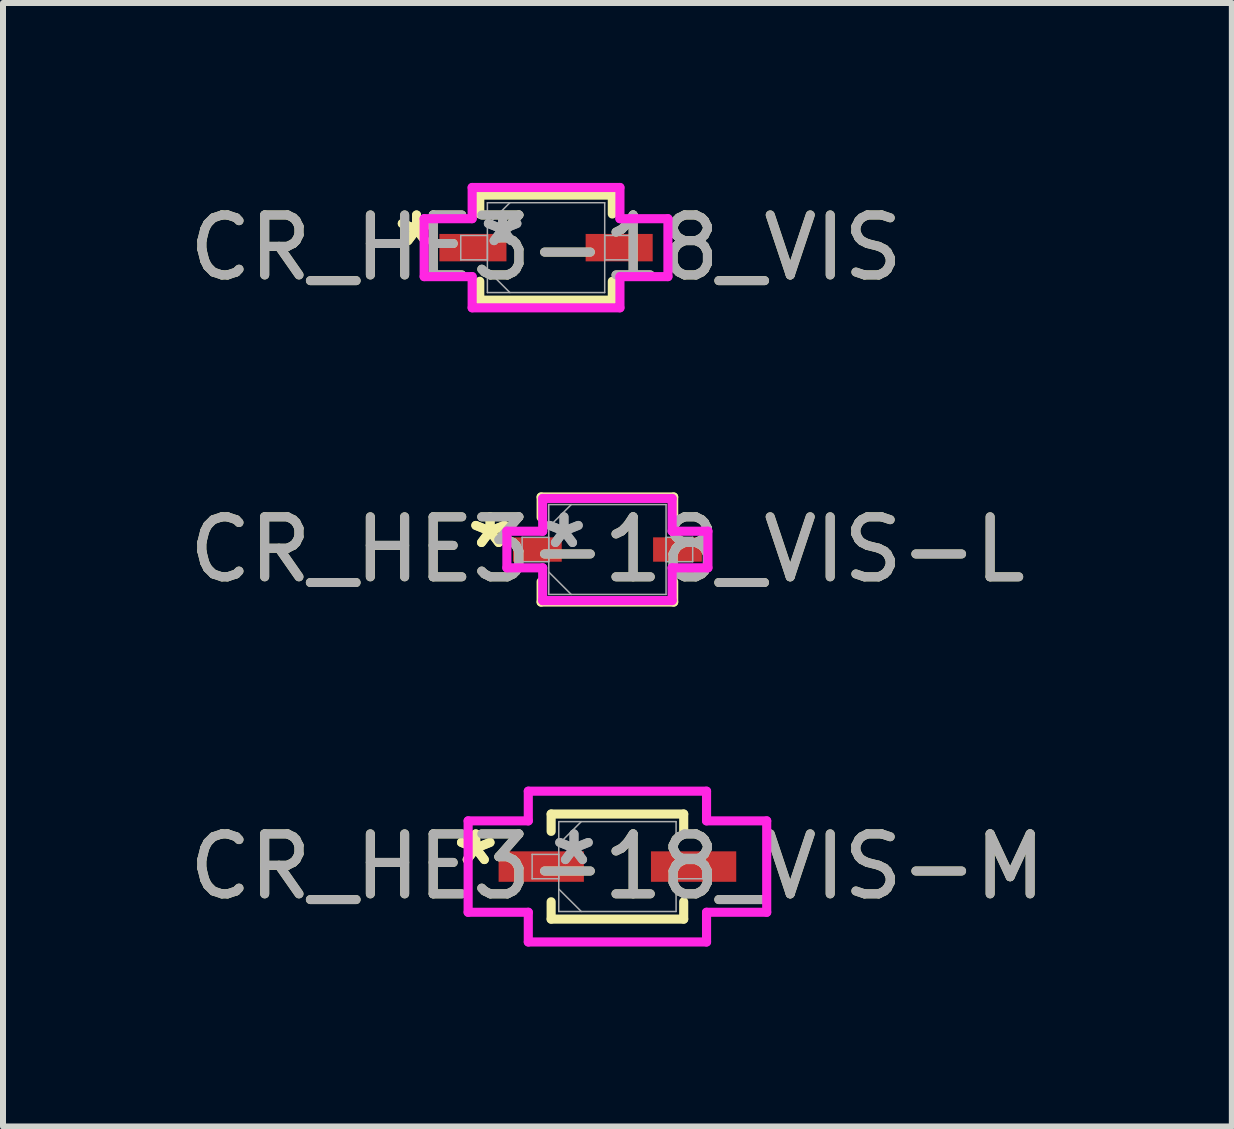
<source format=kicad_pcb>
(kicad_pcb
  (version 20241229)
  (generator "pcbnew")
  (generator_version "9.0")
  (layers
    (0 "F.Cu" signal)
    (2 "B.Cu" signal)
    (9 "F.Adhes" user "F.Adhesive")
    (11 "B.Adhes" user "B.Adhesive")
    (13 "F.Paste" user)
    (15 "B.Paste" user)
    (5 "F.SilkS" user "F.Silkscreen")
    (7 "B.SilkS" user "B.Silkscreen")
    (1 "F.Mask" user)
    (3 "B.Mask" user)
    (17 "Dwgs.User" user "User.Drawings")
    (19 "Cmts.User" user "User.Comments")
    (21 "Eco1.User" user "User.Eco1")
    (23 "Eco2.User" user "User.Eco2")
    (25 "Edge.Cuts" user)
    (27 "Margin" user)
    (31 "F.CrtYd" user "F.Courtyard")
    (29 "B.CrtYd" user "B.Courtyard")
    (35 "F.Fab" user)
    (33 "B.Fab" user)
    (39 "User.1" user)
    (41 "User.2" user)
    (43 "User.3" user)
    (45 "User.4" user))
  (footprint "CR_HE3-18_VIS-L"
    (layer "F.Cu")
    (at 7.077 6.112)
    (property "Reference" "CR_HE3-18_VIS-L" (at 0 0 0) (unlocked yes) (layer "F.SilkS") (effects (font (size 1 1) (thickness 0.15))))
    (attr smd)
    (fp_line (start -1.105 -0.876) (end -1.105 -0.536) (stroke (width 0.152) (type solid)) (layer "F.SilkS"))
    (fp_line (start -1.105 0.536) (end -1.105 0.876) (stroke (width 0.152) (type solid)) (layer "F.SilkS"))
    (fp_line (start -1.105 0.876) (end 1.105 0.876) (stroke (width 0.152) (type solid)) (layer "F.SilkS"))
    (fp_line (start 1.105 -0.876) (end -1.105 -0.876) (stroke (width 0.152) (type solid)) (layer "F.SilkS"))
    (fp_line (start 1.105 -0.536) (end 1.105 -0.876) (stroke (width 0.152) (type solid)) (layer "F.SilkS"))
    (fp_line (start 1.105 0.876) (end 1.105 0.536) (stroke (width 0.152) (type solid)) (layer "F.SilkS"))
    (fp_line (start -1.676 -0.305) (end -1.079 -0.305) (stroke (width 0.152) (type solid)) (layer "F.CrtYd"))
    (fp_line (start -1.676 0.305) (end -1.676 -0.305) (stroke (width 0.152) (type solid)) (layer "F.CrtYd"))
    (fp_line (start -1.079 -0.851) (end 1.079 -0.851) (stroke (width 0.152) (type solid)) (layer "F.CrtYd"))
    (fp_line (start -1.079 -0.305) (end -1.079 -0.851) (stroke (width 0.152) (type solid)) (layer "F.CrtYd"))
    (fp_line (start -1.079 0.305) (end -1.676 0.305) (stroke (width 0.152) (type solid)) (layer "F.CrtYd"))
    (fp_line (start -1.079 0.851) (end -1.079 0.305) (stroke (width 0.152) (type solid)) (layer "F.CrtYd"))
    (fp_line (start 1.079 -0.851) (end 1.079 -0.305) (stroke (width 0.152) (type solid)) (layer "F.CrtYd"))
    (fp_line (start 1.079 -0.305) (end 1.676 -0.305) (stroke (width 0.152) (type solid)) (layer "F.CrtYd"))
    (fp_line (start 1.079 0.305) (end 1.079 0.851) (stroke (width 0.152) (type solid)) (layer "F.CrtYd"))
    (fp_line (start 1.079 0.851) (end -1.079 0.851) (stroke (width 0.152) (type solid)) (layer "F.CrtYd"))
    (fp_line (start 1.676 -0.305) (end 1.676 0.305) (stroke (width 0.152) (type solid)) (layer "F.CrtYd"))
    (fp_line (start 1.676 0.305) (end 1.079 0.305) (stroke (width 0.152) (type solid)) (layer "F.CrtYd"))
    (fp_line (start -1.422 -0.203) (end -1.422 0.203) (stroke (width 0.025) (type solid)) (layer "F.Fab"))
    (fp_line (start -1.422 0.203) (end -0.978 0.203) (stroke (width 0.025) (type solid)) (layer "F.Fab"))
    (fp_line (start -0.978 -0.749) (end -0.978 0.749) (stroke (width 0.025) (type solid)) (layer "F.Fab"))
    (fp_line (start -0.978 -0.375) (end -0.603 -0.749) (stroke (width 0.025) (type solid)) (layer "F.Fab"))
    (fp_line (start -0.978 -0.203) (end -1.422 -0.203) (stroke (width 0.025) (type solid)) (layer "F.Fab"))
    (fp_line (start -0.978 0.203) (end -0.978 -0.203) (stroke (width 0.025) (type solid)) (layer "F.Fab"))
    (fp_line (start -0.978 0.375) (end -0.603 0.749) (stroke (width 0.025) (type solid)) (layer "F.Fab"))
    (fp_line (start -0.978 0.749) (end 0.978 0.749) (stroke (width 0.025) (type solid)) (layer "F.Fab"))
    (fp_line (start 0.978 -0.749) (end -0.978 -0.749) (stroke (width 0.025) (type solid)) (layer "F.Fab"))
    (fp_line (start 0.978 -0.203) (end 0.978 0.203) (stroke (width 0.025) (type solid)) (layer "F.Fab"))
    (fp_line (start 0.978 0.203) (end 1.422 0.203) (stroke (width 0.025) (type solid)) (layer "F.Fab"))
    (fp_line (start 0.978 0.749) (end 0.978 -0.749) (stroke (width 0.025) (type solid)) (layer "F.Fab"))
    (fp_line (start 1.422 -0.203) (end 0.978 -0.203) (stroke (width 0.025) (type solid)) (layer "F.Fab"))
    (fp_line (start 1.422 0.203) (end 1.422 -0.203) (stroke (width 0.025) (type solid)) (layer "F.Fab"))
    (fp_text user "*" (at -1.956 0 0) (layer "F.SilkS") (effects (font (size 1 1) (thickness 0.15))))
    (fp_text user "*" (at -1.956 0 0) (unlocked yes) (layer "F.SilkS") (effects (font (size 1 1) (thickness 0.15))))
    (fp_text user "*" (at -0.724 0 0) (layer "F.Fab") (effects (font (size 1 1) (thickness 0.15))))
    (fp_text user "${REFERENCE}" (at 0 0 0) (unlocked yes) (layer "F.Fab") (effects (font (size 1 1) (thickness 0.15))))
    (fp_text user "*" (at -0.724 0 0) (unlocked yes) (layer "F.Fab") (effects (font (size 1 1) (thickness 0.15))))
    (pad "1" smd rect (at -1.168 0) (size 0.813 0.406) (layers "F.Cu" "F.Mask" "F.Paste"))
    (pad "2" smd rect (at 1.168 0) (size 0.813 0.406) (layers "F.Cu" "F.Mask" "F.Paste")))
  (footprint "CR_HE3-18_VIS"
    (layer "F.Cu")
    (at 6.054 1.079)
    (property "Reference" "CR_HE3-18_VIS" (at 0 0 0) (unlocked yes) (layer "F.SilkS") (effects (font (size 1 1) (thickness 0.15))))
    (attr smd)
    (fp_line (start -1.105 -0.876) (end -1.105 -0.561) (stroke (width 0.152) (type solid)) (layer "F.SilkS"))
    (fp_line (start -1.105 0.561) (end -1.105 0.876) (stroke (width 0.152) (type solid)) (layer "F.SilkS"))
    (fp_line (start -1.105 0.876) (end 1.105 0.876) (stroke (width 0.152) (type solid)) (layer "F.SilkS"))
    (fp_line (start 1.105 -0.876) (end -1.105 -0.876) (stroke (width 0.152) (type solid)) (layer "F.SilkS"))
    (fp_line (start 1.105 -0.561) (end 1.105 -0.876) (stroke (width 0.152) (type solid)) (layer "F.SilkS"))
    (fp_line (start 1.105 0.876) (end 1.105 0.561) (stroke (width 0.152) (type solid)) (layer "F.SilkS"))
    (fp_line (start -2.032 -0.483) (end -1.232 -0.483) (stroke (width 0.152) (type solid)) (layer "F.CrtYd"))
    (fp_line (start -2.032 0.483) (end -2.032 -0.483) (stroke (width 0.152) (type solid)) (layer "F.CrtYd"))
    (fp_line (start -1.232 -1.003) (end 1.232 -1.003) (stroke (width 0.152) (type solid)) (layer "F.CrtYd"))
    (fp_line (start -1.232 -0.483) (end -1.232 -1.003) (stroke (width 0.152) (type solid)) (layer "F.CrtYd"))
    (fp_line (start -1.232 0.483) (end -2.032 0.483) (stroke (width 0.152) (type solid)) (layer "F.CrtYd"))
    (fp_line (start -1.232 1.003) (end -1.232 0.483) (stroke (width 0.152) (type solid)) (layer "F.CrtYd"))
    (fp_line (start 1.232 -1.003) (end 1.232 -0.483) (stroke (width 0.152) (type solid)) (layer "F.CrtYd"))
    (fp_line (start 1.232 -0.483) (end 2.032 -0.483) (stroke (width 0.152) (type solid)) (layer "F.CrtYd"))
    (fp_line (start 1.232 0.483) (end 1.232 1.003) (stroke (width 0.152) (type solid)) (layer "F.CrtYd"))
    (fp_line (start 1.232 1.003) (end -1.232 1.003) (stroke (width 0.152) (type solid)) (layer "F.CrtYd"))
    (fp_line (start 2.032 -0.483) (end 2.032 0.483) (stroke (width 0.152) (type solid)) (layer "F.CrtYd"))
    (fp_line (start 2.032 0.483) (end 1.232 0.483) (stroke (width 0.152) (type solid)) (layer "F.CrtYd"))
    (fp_line (start -1.422 -0.203) (end -1.422 0.203) (stroke (width 0.025) (type solid)) (layer "F.Fab"))
    (fp_line (start -1.422 0.203) (end -0.978 0.203) (stroke (width 0.025) (type solid)) (layer "F.Fab"))
    (fp_line (start -0.978 -0.749) (end -0.978 0.749) (stroke (width 0.025) (type solid)) (layer "F.Fab"))
    (fp_line (start -0.978 -0.375) (end -0.603 -0.749) (stroke (width 0.025) (type solid)) (layer "F.Fab"))
    (fp_line (start -0.978 -0.203) (end -1.422 -0.203) (stroke (width 0.025) (type solid)) (layer "F.Fab"))
    (fp_line (start -0.978 0.203) (end -0.978 -0.203) (stroke (width 0.025) (type solid)) (layer "F.Fab"))
    (fp_line (start -0.978 0.375) (end -0.603 0.749) (stroke (width 0.025) (type solid)) (layer "F.Fab"))
    (fp_line (start -0.978 0.749) (end 0.978 0.749) (stroke (width 0.025) (type solid)) (layer "F.Fab"))
    (fp_line (start 0.978 -0.749) (end -0.978 -0.749) (stroke (width 0.025) (type solid)) (layer "F.Fab"))
    (fp_line (start 0.978 -0.203) (end 0.978 0.203) (stroke (width 0.025) (type solid)) (layer "F.Fab"))
    (fp_line (start 0.978 0.203) (end 1.422 0.203) (stroke (width 0.025) (type solid)) (layer "F.Fab"))
    (fp_line (start 0.978 0.749) (end 0.978 -0.749) (stroke (width 0.025) (type solid)) (layer "F.Fab"))
    (fp_line (start 1.422 -0.203) (end 0.978 -0.203) (stroke (width 0.025) (type solid)) (layer "F.Fab"))
    (fp_line (start 1.422 0.203) (end 1.422 -0.203) (stroke (width 0.025) (type solid)) (layer "F.Fab"))
    (fp_text user "*" (at -2.159 0 0) (unlocked yes) (layer "F.SilkS") (effects (font (size 1 1) (thickness 0.15))))
    (fp_text user "*" (at -2.159 0 0) (layer "F.SilkS") (effects (font (size 1 1) (thickness 0.15))))
    (fp_text user "*" (at -0.724 0 0) (unlocked yes) (layer "F.Fab") (effects (font (size 1 1) (thickness 0.15))))
    (fp_text user "${REFERENCE}" (at 0 0 0) (unlocked yes) (layer "F.Fab") (effects (font (size 1 1) (thickness 0.15))))
    (fp_text user "*" (at -0.724 0 0) (layer "F.Fab") (effects (font (size 1 1) (thickness 0.15))))
    (pad "1" smd rect (at -1.219 0) (size 1.118 0.457) (layers "F.Cu" "F.Mask" "F.Paste"))
    (pad "2" smd rect (at 1.219 0) (size 1.118 0.457) (layers "F.Cu" "F.Mask" "F.Paste")))
  (footprint "CR_HE3-18_VIS-M"
    (layer "F.Cu")
    (at 7.244 11.398)
    (property "Reference" "CR_HE3-18_VIS-M" (at 0 0 0) (unlocked yes) (layer "F.SilkS") (effects (font (size 1 1) (thickness 0.15))))
    (attr smd)
    (fp_line (start -1.105 -0.876) (end -1.105 -0.587) (stroke (width 0.152) (type solid)) (layer "F.SilkS"))
    (fp_line (start -1.105 0.587) (end -1.105 0.876) (stroke (width 0.152) (type solid)) (layer "F.SilkS"))
    (fp_line (start -1.105 0.876) (end 1.105 0.876) (stroke (width 0.152) (type solid)) (layer "F.SilkS"))
    (fp_line (start 1.105 -0.876) (end -1.105 -0.876) (stroke (width 0.152) (type solid)) (layer "F.SilkS"))
    (fp_line (start 1.105 -0.587) (end 1.105 -0.876) (stroke (width 0.152) (type solid)) (layer "F.SilkS"))
    (fp_line (start 1.105 0.876) (end 1.105 0.587) (stroke (width 0.152) (type solid)) (layer "F.SilkS"))
    (fp_line (start -2.489 -0.762) (end -1.486 -0.762) (stroke (width 0.152) (type solid)) (layer "F.CrtYd"))
    (fp_line (start -2.489 0.762) (end -2.489 -0.762) (stroke (width 0.152) (type solid)) (layer "F.CrtYd"))
    (fp_line (start -1.486 -1.257) (end 1.486 -1.257) (stroke (width 0.152) (type solid)) (layer "F.CrtYd"))
    (fp_line (start -1.486 -0.762) (end -1.486 -1.257) (stroke (width 0.152) (type solid)) (layer "F.CrtYd"))
    (fp_line (start -1.486 0.762) (end -2.489 0.762) (stroke (width 0.152) (type solid)) (layer "F.CrtYd"))
    (fp_line (start -1.486 1.257) (end -1.486 0.762) (stroke (width 0.152) (type solid)) (layer "F.CrtYd"))
    (fp_line (start 1.486 -1.257) (end 1.486 -0.762) (stroke (width 0.152) (type solid)) (layer "F.CrtYd"))
    (fp_line (start 1.486 -0.762) (end 2.489 -0.762) (stroke (width 0.152) (type solid)) (layer "F.CrtYd"))
    (fp_line (start 1.486 0.762) (end 1.486 1.257) (stroke (width 0.152) (type solid)) (layer "F.CrtYd"))
    (fp_line (start 1.486 1.257) (end -1.486 1.257) (stroke (width 0.152) (type solid)) (layer "F.CrtYd"))
    (fp_line (start 2.489 -0.762) (end 2.489 0.762) (stroke (width 0.152) (type solid)) (layer "F.CrtYd"))
    (fp_line (start 2.489 0.762) (end 1.486 0.762) (stroke (width 0.152) (type solid)) (layer "F.CrtYd"))
    (fp_line (start -1.422 -0.203) (end -1.422 0.203) (stroke (width 0.025) (type solid)) (layer "F.Fab"))
    (fp_line (start -1.422 0.203) (end -0.978 0.203) (stroke (width 0.025) (type solid)) (layer "F.Fab"))
    (fp_line (start -0.978 -0.749) (end -0.978 0.749) (stroke (width 0.025) (type solid)) (layer "F.Fab"))
    (fp_line (start -0.978 -0.375) (end -0.603 -0.749) (stroke (width 0.025) (type solid)) (layer "F.Fab"))
    (fp_line (start -0.978 -0.203) (end -1.422 -0.203) (stroke (width 0.025) (type solid)) (layer "F.Fab"))
    (fp_line (start -0.978 0.203) (end -0.978 -0.203) (stroke (width 0.025) (type solid)) (layer "F.Fab"))
    (fp_line (start -0.978 0.375) (end -0.603 0.749) (stroke (width 0.025) (type solid)) (layer "F.Fab"))
    (fp_line (start -0.978 0.749) (end 0.978 0.749) (stroke (width 0.025) (type solid)) (layer "F.Fab"))
    (fp_line (start 0.978 -0.749) (end -0.978 -0.749) (stroke (width 0.025) (type solid)) (layer "F.Fab"))
    (fp_line (start 0.978 -0.203) (end 0.978 0.203) (stroke (width 0.025) (type solid)) (layer "F.Fab"))
    (fp_line (start 0.978 0.203) (end 1.422 0.203) (stroke (width 0.025) (type solid)) (layer "F.Fab"))
    (fp_line (start 0.978 0.749) (end 0.978 -0.749) (stroke (width 0.025) (type solid)) (layer "F.Fab"))
    (fp_line (start 1.422 -0.203) (end 0.978 -0.203) (stroke (width 0.025) (type solid)) (layer "F.Fab"))
    (fp_line (start 1.422 0.203) (end 1.422 -0.203) (stroke (width 0.025) (type solid)) (layer "F.Fab"))
    (fp_text user "*" (at -2.362 0 0) (unlocked yes) (layer "F.SilkS") (effects (font (size 1 1) (thickness 0.15))))
    (fp_text user "*" (at -2.362 0 0) (layer "F.SilkS") (effects (font (size 1 1) (thickness 0.15))))
    (fp_text user "${REFERENCE}" (at 0 0 0) (unlocked yes) (layer "F.Fab") (effects (font (size 1 1) (thickness 0.15))))
    (fp_text user "*" (at -0.724 0 0) (unlocked yes) (layer "F.Fab") (effects (font (size 1 1) (thickness 0.15))))
    (fp_text user "*" (at -0.724 0 0) (layer "F.Fab") (effects (font (size 1 1) (thickness 0.15))))
    (pad "1" smd rect (at -1.27 0) (size 1.422 0.508) (layers "F.Cu" "F.Mask" "F.Paste"))
    (pad "2" smd rect (at 1.27 0) (size 1.422 0.508) (layers "F.Cu" "F.Mask" "F.Paste")))
  (gr_rect
    (start -3 -3)
    (end 17.488 15.731)
    (stroke (width 0.1) (type default))
    (fill no)
    (layer "Edge.Cuts")))
</source>
